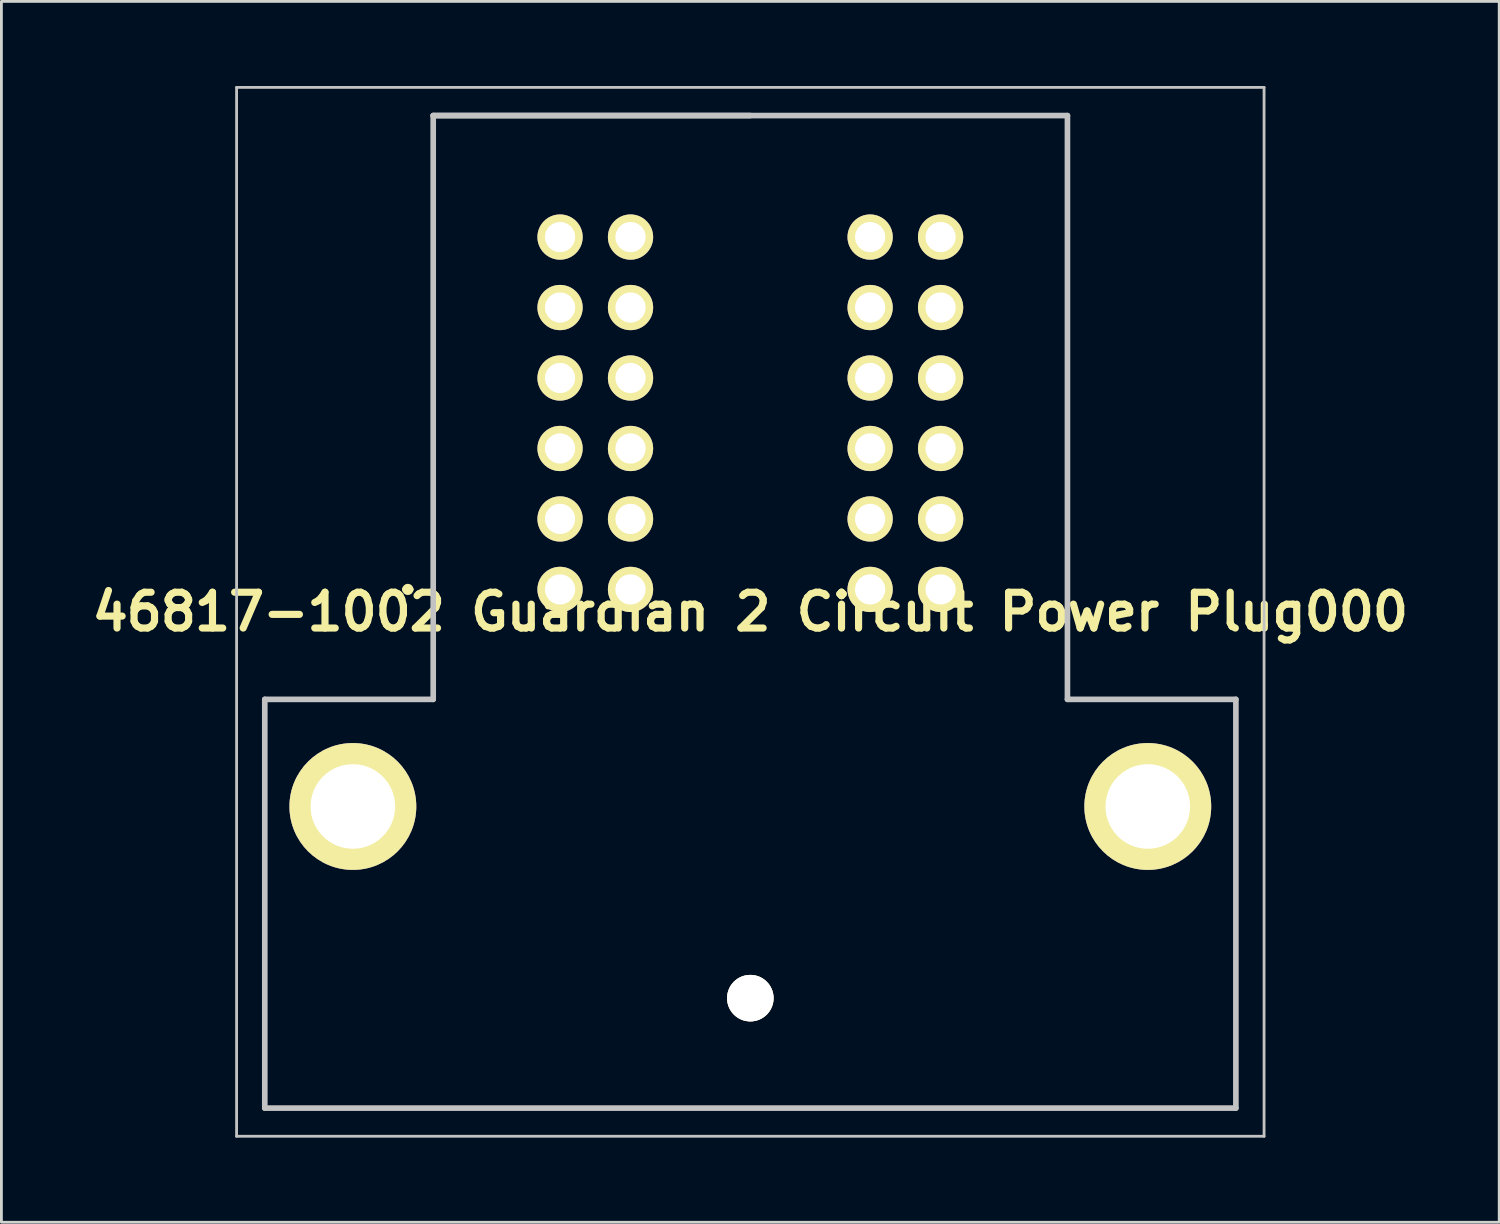
<source format=kicad_pcb>
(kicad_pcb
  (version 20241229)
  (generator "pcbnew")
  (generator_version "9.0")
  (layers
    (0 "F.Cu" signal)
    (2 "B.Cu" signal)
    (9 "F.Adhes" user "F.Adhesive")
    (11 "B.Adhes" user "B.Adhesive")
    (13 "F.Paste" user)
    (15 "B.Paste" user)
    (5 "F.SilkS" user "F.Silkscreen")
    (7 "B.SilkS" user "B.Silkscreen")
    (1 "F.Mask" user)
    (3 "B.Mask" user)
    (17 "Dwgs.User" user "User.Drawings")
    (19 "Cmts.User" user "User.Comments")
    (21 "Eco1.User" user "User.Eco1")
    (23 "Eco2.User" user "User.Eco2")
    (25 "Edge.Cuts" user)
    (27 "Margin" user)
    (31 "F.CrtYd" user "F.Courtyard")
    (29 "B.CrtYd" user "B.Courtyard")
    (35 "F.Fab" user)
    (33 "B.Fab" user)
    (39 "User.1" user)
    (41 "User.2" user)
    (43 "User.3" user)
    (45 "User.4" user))
  (footprint "46817-1002 Guardian 2 Circuit Power Plug000"
    (layer "F.Cu")
    (at 16.818 17.86)
    (property "Reference" "46817-1002 Guardian 2 Circuit Power Plug000" (at 6.75 0.795 0) (layer "F.SilkS") (effects (font (size 1.27 1.27) (thickness 0.254))))
    (attr through_hole)
    (fp_line (start -10.475 3.9) (end -10.475 18.4) (stroke (width 0.1) (type solid)) (layer "F.SilkS"))
    (fp_line (start -10.475 18.4) (end 23.975 18.4) (stroke (width 0.1) (type solid)) (layer "F.SilkS"))
    (fp_line (start -5.5 0) (end -5.5 0) (stroke (width 0.2) (type solid)) (layer "F.SilkS"))
    (fp_line (start -5.3 0) (end -5.3 0) (stroke (width 0.2) (type solid)) (layer "F.SilkS"))
    (fp_line (start -4.5 -16.6) (end -4.5 3.9) (stroke (width 0.1) (type solid)) (layer "F.SilkS"))
    (fp_line (start -4.5 3.9) (end -10.475 3.9) (stroke (width 0.1) (type solid)) (layer "F.SilkS"))
    (fp_line (start 18 -16.81) (end -4.5 -16.81) (stroke (width 0.1) (type solid)) (layer "F.SilkS"))
    (fp_line (start 18 3.9) (end 18 -16.81) (stroke (width 0.1) (type solid)) (layer "F.SilkS"))
    (fp_line (start 23.975 3.9) (end 18 3.9) (stroke (width 0.1) (type solid)) (layer "F.SilkS"))
    (fp_line (start 23.975 18.4) (end 23.975 3.9) (stroke (width 0.1) (type solid)) (layer "F.SilkS"))
    (fp_arc (start -5.5 0) (mid -5.4 -0.1) (end -5.3 0) (stroke (width 0.2) (type solid)) (layer "F.SilkS"))
    (fp_arc (start -5.3 0) (mid -5.4 0.1) (end -5.5 0) (stroke (width 0.2) (type solid)) (layer "F.SilkS"))
    (fp_line (start -11.475 -17.81) (end 24.975 -17.81) (stroke (width 0.1) (type solid)) (layer "Dwgs.User"))
    (fp_line (start -11.475 19.4) (end -11.475 -17.81) (stroke (width 0.1) (type solid)) (layer "Dwgs.User"))
    (fp_line (start -10.475 3.9) (end -10.475 18.4) (stroke (width 0.2) (type solid)) (layer "Dwgs.User"))
    (fp_line (start -10.475 18.4) (end 23.975 18.4) (stroke (width 0.2) (type solid)) (layer "Dwgs.User"))
    (fp_line (start -4.5 -16.81) (end -4.5 3.9) (stroke (width 0.2) (type solid)) (layer "Dwgs.User"))
    (fp_line (start -4.5 3.9) (end -10.475 3.9) (stroke (width 0.2) (type solid)) (layer "Dwgs.User"))
    (fp_line (start 6.75 -16.81) (end -4.5 -16.81) (stroke (width 0.2) (type solid)) (layer "Dwgs.User"))
    (fp_line (start 18 -16.81) (end -4.5 -16.81) (stroke (width 0.2) (type solid)) (layer "Dwgs.User"))
    (fp_line (start 18 3.9) (end 18 -16.81) (stroke (width 0.2) (type solid)) (layer "Dwgs.User"))
    (fp_line (start 23.975 3.9) (end 18 3.9) (stroke (width 0.2) (type solid)) (layer "Dwgs.User"))
    (fp_line (start 23.975 18.4) (end 23.975 3.9) (stroke (width 0.2) (type solid)) (layer "Dwgs.User"))
    (fp_line (start 24.975 -17.81) (end 24.975 19.4) (stroke (width 0.1) (type solid)) (layer "Dwgs.User"))
    (fp_line (start 24.975 19.4) (end -11.475 19.4) (stroke (width 0.1) (type solid)) (layer "Dwgs.User"))
    (pad "1" thru_hole circle (at 0 0 90) (size 1.605 1.605) (drill 1.07) (layers "*.Cu" "*.Mask" "F.SilkS"))
    (pad "2" thru_hole circle (at 2.5 0 90) (size 1.605 1.605) (drill 1.07) (layers "*.Cu" "*.Mask" "F.SilkS"))
    (pad "3" thru_hole circle (at 0 -2.5 90) (size 1.605 1.605) (drill 1.07) (layers "*.Cu" "*.Mask" "F.SilkS"))
    (pad "4" thru_hole circle (at 2.5 -2.5 90) (size 1.605 1.605) (drill 1.07) (layers "*.Cu" "*.Mask" "F.SilkS"))
    (pad "5" thru_hole circle (at 0 -5 90) (size 1.605 1.605) (drill 1.07) (layers "*.Cu" "*.Mask" "F.SilkS"))
    (pad "6" thru_hole circle (at 2.5 -5 90) (size 1.605 1.605) (drill 1.07) (layers "*.Cu" "*.Mask" "F.SilkS"))
    (pad "7" thru_hole circle (at 0 -7.5 90) (size 1.605 1.605) (drill 1.07) (layers "*.Cu" "*.Mask" "F.SilkS"))
    (pad "8" thru_hole circle (at 2.5 -7.5 90) (size 1.605 1.605) (drill 1.07) (layers "*.Cu" "*.Mask" "F.SilkS"))
    (pad "9" thru_hole circle (at 0 -10 90) (size 1.605 1.605) (drill 1.07) (layers "*.Cu" "*.Mask" "F.SilkS"))
    (pad "10" thru_hole circle (at 2.5 -10 90) (size 1.605 1.605) (drill 1.07) (layers "*.Cu" "*.Mask" "F.SilkS"))
    (pad "11" thru_hole circle (at 0 -12.5 90) (size 1.605 1.605) (drill 1.07) (layers "*.Cu" "*.Mask" "F.SilkS"))
    (pad "12" thru_hole circle (at 2.5 -12.5 90) (size 1.605 1.605) (drill 1.07) (layers "*.Cu" "*.Mask" "F.SilkS"))
    (pad "13" thru_hole circle (at 11 0 90) (size 1.605 1.605) (drill 1.07) (layers "*.Cu" "*.Mask" "F.SilkS"))
    (pad "14" thru_hole circle (at 13.5 0 90) (size 1.605 1.605) (drill 1.07) (layers "*.Cu" "*.Mask" "F.SilkS"))
    (pad "15" thru_hole circle (at 11 -2.5 90) (size 1.605 1.605) (drill 1.07) (layers "*.Cu" "*.Mask" "F.SilkS"))
    (pad "16" thru_hole circle (at 13.5 -2.5 90) (size 1.605 1.605) (drill 1.07) (layers "*.Cu" "*.Mask" "F.SilkS"))
    (pad "17" thru_hole circle (at 11 -5 90) (size 1.605 1.605) (drill 1.07) (layers "*.Cu" "*.Mask" "F.SilkS"))
    (pad "18" thru_hole circle (at 13.5 -5 90) (size 1.605 1.605) (drill 1.07) (layers "*.Cu" "*.Mask" "F.SilkS"))
    (pad "19" thru_hole circle (at 11 -7.5 90) (size 1.605 1.605) (drill 1.07) (layers "*.Cu" "*.Mask" "F.SilkS"))
    (pad "20" thru_hole circle (at 13.5 -7.5 90) (size 1.605 1.605) (drill 1.07) (layers "*.Cu" "*.Mask" "F.SilkS"))
    (pad "21" thru_hole circle (at 11 -10 90) (size 1.605 1.605) (drill 1.07) (layers "*.Cu" "*.Mask" "F.SilkS"))
    (pad "22" thru_hole circle (at 13.5 -10 90) (size 1.605 1.605) (drill 1.07) (layers "*.Cu" "*.Mask" "F.SilkS"))
    (pad "23" thru_hole circle (at 11 -12.5 90) (size 1.605 1.605) (drill 1.07) (layers "*.Cu" "*.Mask" "F.SilkS"))
    (pad "24" thru_hole circle (at 13.5 -12.5 90) (size 1.605 1.605) (drill 1.07) (layers "*.Cu" "*.Mask" "F.SilkS"))
    (pad "MH1" thru_hole circle (at -7.35 7.7 90) (size 4.5 4.5) (drill 3) (layers "*.Cu" "*.Mask" "F.SilkS"))
    (pad "MH2" thru_hole circle (at 20.85 7.7 90) (size 4.5 4.5) (drill 3) (layers "*.Cu" "*.Mask" "F.SilkS"))
    (pad "MH3" thru_hole circle (at 6.75 14.5 90) (size 1.65 1.65) (drill 3.3) (layers "*.Cu" "*.Mask" "F.SilkS")))
  (gr_rect
    (start -3 -3)
    (end 50.135 40.31)
    (stroke (width 0.1) (type default))
    (fill no)
    (layer "Edge.Cuts")))
</source>
